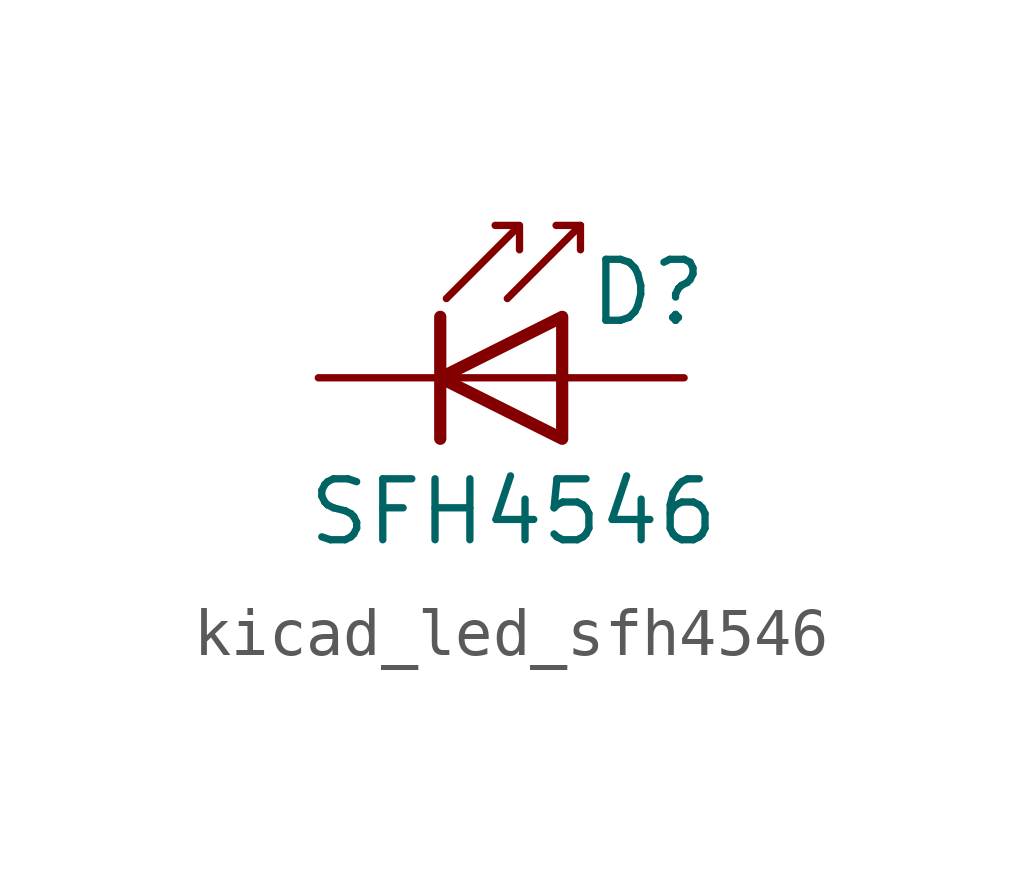
<source format=kicad_sym>
(kicad_symbol_lib
  (version 20220914)
  (generator kicad_symbol_editor)
  (symbol "kicad_led_sfh4546"
    (pin_numbers hide)
    (pin_names
      (offset 1.016) hide)
    (property "Reference" "D"
      (at 0.508 1.778 0)
      (effects (font (size 1.27 1.27)) (justify left)))
    (property "Value" "SFH4546"
      (at -1.016 -2.794 0)
      (effects (font (size 1.27 1.27))))
    (symbol "kicad_led_sfh4546_0_1"
      (polyline (pts (xy -2.54 1.27) (xy -2.54 -1.27)) (stroke (width 0.254) (type default)) (fill (type none)))
      (polyline (pts (xy 0 0) (xy -2.54 0)) (stroke (width 0) (type default)) (fill (type none)))
      (polyline (pts (xy 0.381 3.175) (xy -0.127 3.175)) (stroke (width 0) (type default)) (fill (type none)))
      (polyline (pts (xy -1.143 1.651) (xy 0.381 3.175) (xy 0.381 2.667)) (stroke (width 0) (type default)) (fill (type none)))
      (polyline (pts (xy 0 -1.27) (xy -2.54 0) (xy 0 1.27) (xy 0 -1.27)) (stroke (width 0.254) (type default)) (fill (type none)))
      (polyline (pts (xy -2.413 1.651) (xy -0.889 3.175) (xy -0.889 2.667) (xy -0.889 3.175) (xy -1.397 3.175)) (stroke (width 0) (type default)) (fill (type none))))
    (symbol "kicad_led_sfh4546_1_1"
      (pin passive line (at -5.08 0 0) (length 2.54) (name "K" (effects (font (size 1.27 1.27)))) (number "1" (effects (font (size 1.27 1.27)))))
      (pin passive line (at 2.54 0 180) (length 2.54) (name "A" (effects (font (size 1.27 1.27)))) (number "2" (effects (font (size 1.27 1.27))))))))
</source>
